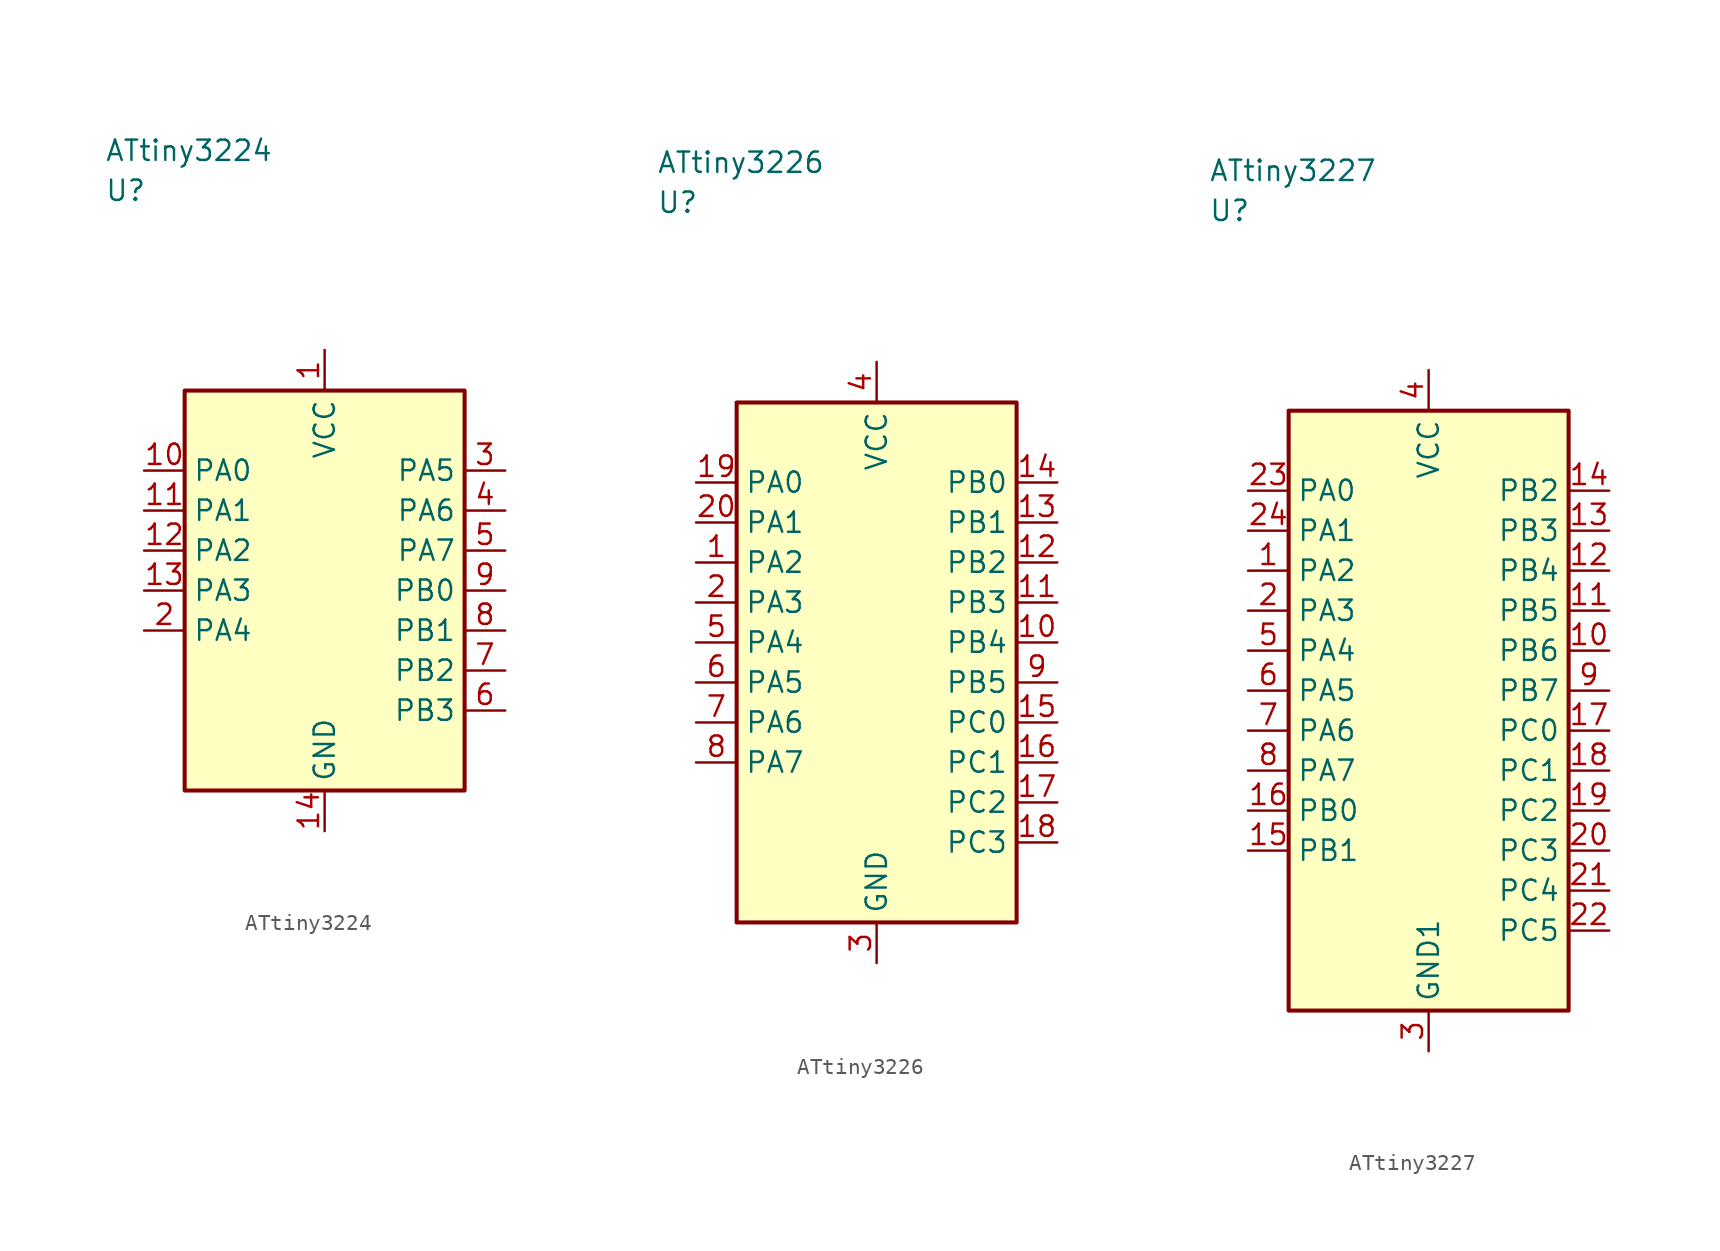
<source format=kicad_sym>
(kicad_symbol_lib
  (version 20241025)
  (generator "kicad_symbol_editor")
  (generator_version "8.0")
  (symbol "ATtiny3224"
    (property "Reference" "U"
      (at -13.75 25.0 0)
      (effects (font (size 1.27 1.27)) (justify left)))
    (property "Value" "ATtiny3224"
      (at -13.75 27.5 0)
      (effects (font (size 1.27 1.27)) (justify left)))
    (symbol "ATtiny3224_0_1"
      (rectangle (start -8.75 12.5) (end 8.75 -12.5) (stroke (width 0.254) (type default)) (fill (type background))))
    (symbol "ATtiny3224_1_1"
      (pin power_in line (at 0.0 15.04 270.0) (length 2.54) (name "VCC" (effects (font (size 1.27 1.27)))) (number "1" (effects (font (size 1.27 1.27)))))
      (pin bidirectional line (at -11.29 -2.5 0.0) (length 2.54) (name "PA4" (effects (font (size 1.27 1.27)))) (number "2" (effects (font (size 1.27 1.27)))))
      (pin bidirectional line (at 11.29 7.5 180.0) (length 2.54) (name "PA5" (effects (font (size 1.27 1.27)))) (number "3" (effects (font (size 1.27 1.27)))))
      (pin bidirectional line (at 11.29 5.0 180.0) (length 2.54) (name "PA6" (effects (font (size 1.27 1.27)))) (number "4" (effects (font (size 1.27 1.27)))))
      (pin bidirectional line (at 11.29 2.5 180.0) (length 2.54) (name "PA7" (effects (font (size 1.27 1.27)))) (number "5" (effects (font (size 1.27 1.27)))))
      (pin bidirectional line (at 11.29 -7.5 180.0) (length 2.54) (name "PB3" (effects (font (size 1.27 1.27)))) (number "6" (effects (font (size 1.27 1.27)))))
      (pin bidirectional line (at 11.29 -5.0 180.0) (length 2.54) (name "PB2" (effects (font (size 1.27 1.27)))) (number "7" (effects (font (size 1.27 1.27)))))
      (pin bidirectional line (at 11.29 -2.5 180.0) (length 2.54) (name "PB1" (effects (font (size 1.27 1.27)))) (number "8" (effects (font (size 1.27 1.27)))))
      (pin bidirectional line (at 11.29 0.0 180.0) (length 2.54) (name "PB0" (effects (font (size 1.27 1.27)))) (number "9" (effects (font (size 1.27 1.27)))))
      (pin bidirectional line (at -11.29 7.5 0.0) (length 2.54) (name "PA0" (effects (font (size 1.27 1.27)))) (number "10" (effects (font (size 1.27 1.27)))))
      (pin bidirectional line (at -11.29 5.0 0.0) (length 2.54) (name "PA1" (effects (font (size 1.27 1.27)))) (number "11" (effects (font (size 1.27 1.27)))))
      (pin bidirectional line (at -11.29 2.5 0.0) (length 2.54) (name "PA2" (effects (font (size 1.27 1.27)))) (number "12" (effects (font (size 1.27 1.27)))))
      (pin bidirectional line (at -11.29 0.0 0.0) (length 2.54) (name "PA3" (effects (font (size 1.27 1.27)))) (number "13" (effects (font (size 1.27 1.27)))))
      (pin passive line (at 0.0 -15.04 90.0) (length 2.54) (name "GND" (effects (font (size 1.27 1.27)))) (number "14" (effects (font (size 1.27 1.27)))))))
  (symbol "ATtiny3226"
    (property "Reference" "U"
      (at -13.75 28.75 0)
      (effects (font (size 1.27 1.27)) (justify left)))
    (property "Value" "ATtiny3226"
      (at -13.75 31.25 0)
      (effects (font (size 1.27 1.27)) (justify left)))
    (symbol "ATtiny3226_0_1"
      (rectangle (start -8.75 16.25) (end 8.75 -16.25) (stroke (width 0.254) (type default)) (fill (type background))))
    (symbol "ATtiny3226_1_1"
      (pin bidirectional line (at -11.29 6.25 0.0) (length 2.54) (name "PA2" (effects (font (size 1.27 1.27)))) (number "1" (effects (font (size 1.27 1.27)))))
      (pin bidirectional line (at -11.29 3.75 0.0) (length 2.54) (name "PA3" (effects (font (size 1.27 1.27)))) (number "2" (effects (font (size 1.27 1.27)))))
      (pin passive line (at 0.0 -18.79 90.0) (length 2.54) (name "GND" (effects (font (size 1.27 1.27)))) (number "3" (effects (font (size 1.27 1.27)))))
      (pin power_in line (at 0.0 18.79 270.0) (length 2.54) (name "VCC" (effects (font (size 1.27 1.27)))) (number "4" (effects (font (size 1.27 1.27)))))
      (pin bidirectional line (at -11.29 1.25 0.0) (length 2.54) (name "PA4" (effects (font (size 1.27 1.27)))) (number "5" (effects (font (size 1.27 1.27)))))
      (pin bidirectional line (at -11.29 -1.25 0.0) (length 2.54) (name "PA5" (effects (font (size 1.27 1.27)))) (number "6" (effects (font (size 1.27 1.27)))))
      (pin bidirectional line (at -11.29 -3.75 0.0) (length 2.54) (name "PA6" (effects (font (size 1.27 1.27)))) (number "7" (effects (font (size 1.27 1.27)))))
      (pin bidirectional line (at -11.29 -6.25 0.0) (length 2.54) (name "PA7" (effects (font (size 1.27 1.27)))) (number "8" (effects (font (size 1.27 1.27)))))
      (pin bidirectional line (at 11.29 -1.25 180.0) (length 2.54) (name "PB5" (effects (font (size 1.27 1.27)))) (number "9" (effects (font (size 1.27 1.27)))))
      (pin bidirectional line (at 11.29 1.25 180.0) (length 2.54) (name "PB4" (effects (font (size 1.27 1.27)))) (number "10" (effects (font (size 1.27 1.27)))))
      (pin bidirectional line (at 11.29 3.75 180.0) (length 2.54) (name "PB3" (effects (font (size 1.27 1.27)))) (number "11" (effects (font (size 1.27 1.27)))))
      (pin bidirectional line (at 11.29 6.25 180.0) (length 2.54) (name "PB2" (effects (font (size 1.27 1.27)))) (number "12" (effects (font (size 1.27 1.27)))))
      (pin bidirectional line (at 11.29 8.75 180.0) (length 2.54) (name "PB1" (effects (font (size 1.27 1.27)))) (number "13" (effects (font (size 1.27 1.27)))))
      (pin bidirectional line (at 11.29 11.25 180.0) (length 2.54) (name "PB0" (effects (font (size 1.27 1.27)))) (number "14" (effects (font (size 1.27 1.27)))))
      (pin bidirectional line (at 11.29 -3.75 180.0) (length 2.54) (name "PC0" (effects (font (size 1.27 1.27)))) (number "15" (effects (font (size 1.27 1.27)))))
      (pin bidirectional line (at 11.29 -6.25 180.0) (length 2.54) (name "PC1" (effects (font (size 1.27 1.27)))) (number "16" (effects (font (size 1.27 1.27)))))
      (pin bidirectional line (at 11.29 -8.75 180.0) (length 2.54) (name "PC2" (effects (font (size 1.27 1.27)))) (number "17" (effects (font (size 1.27 1.27)))))
      (pin bidirectional line (at 11.29 -11.25 180.0) (length 2.54) (name "PC3" (effects (font (size 1.27 1.27)))) (number "18" (effects (font (size 1.27 1.27)))))
      (pin bidirectional line (at -11.29 11.25 0.0) (length 2.54) (name "PA0" (effects (font (size 1.27 1.27)))) (number "19" (effects (font (size 1.27 1.27)))))
      (pin bidirectional line (at -11.29 8.75 0.0) (length 2.54) (name "PA1" (effects (font (size 1.27 1.27)))) (number "20" (effects (font (size 1.27 1.27)))))))
  (symbol "ATtiny3227"
    (property "Reference" "U"
      (at -13.75 31.25 0)
      (effects (font (size 1.27 1.27)) (justify left)))
    (property "Value" "ATtiny3227"
      (at -13.75 33.75 0)
      (effects (font (size 1.27 1.27)) (justify left)))
    (symbol "ATtiny3227_0_1"
      (rectangle (start -8.75 18.75) (end 8.75 -18.75) (stroke (width 0.254) (type default)) (fill (type background))))
    (symbol "ATtiny3227_1_1"
      (pin bidirectional line (at -11.29 8.75 0.0) (length 2.54) (name "PA2" (effects (font (size 1.27 1.27)))) (number "1" (effects (font (size 1.27 1.27)))))
      (pin bidirectional line (at -11.29 6.25 0.0) (length 2.54) (name "PA3" (effects (font (size 1.27 1.27)))) (number "2" (effects (font (size 1.27 1.27)))))
      (pin passive line (at 0.0 -21.29 90.0) (length 2.54) (name "GND1" (effects (font (size 1.27 1.27)))) (number "3" (effects (font (size 1.27 1.27)))))
      (pin power_in line (at 0.0 21.29 270.0) (length 2.54) (name "VCC" (effects (font (size 1.27 1.27)))) (number "4" (effects (font (size 1.27 1.27)))))
      (pin bidirectional line (at -11.29 3.75 0.0) (length 2.54) (name "PA4" (effects (font (size 1.27 1.27)))) (number "5" (effects (font (size 1.27 1.27)))))
      (pin bidirectional line (at -11.29 1.25 0.0) (length 2.54) (name "PA5" (effects (font (size 1.27 1.27)))) (number "6" (effects (font (size 1.27 1.27)))))
      (pin bidirectional line (at -11.29 -1.25 0.0) (length 2.54) (name "PA6" (effects (font (size 1.27 1.27)))) (number "7" (effects (font (size 1.27 1.27)))))
      (pin bidirectional line (at -11.29 -3.75 0.0) (length 2.54) (name "PA7" (effects (font (size 1.27 1.27)))) (number "8" (effects (font (size 1.27 1.27)))))
      (pin bidirectional line (at 11.29 1.25 180.0) (length 2.54) (name "PB7" (effects (font (size 1.27 1.27)))) (number "9" (effects (font (size 1.27 1.27)))))
      (pin bidirectional line (at 11.29 3.75 180.0) (length 2.54) (name "PB6" (effects (font (size 1.27 1.27)))) (number "10" (effects (font (size 1.27 1.27)))))
      (pin bidirectional line (at 11.29 6.25 180.0) (length 2.54) (name "PB5" (effects (font (size 1.27 1.27)))) (number "11" (effects (font (size 1.27 1.27)))))
      (pin bidirectional line (at 11.29 8.75 180.0) (length 2.54) (name "PB4" (effects (font (size 1.27 1.27)))) (number "12" (effects (font (size 1.27 1.27)))))
      (pin bidirectional line (at 11.29 11.25 180.0) (length 2.54) (name "PB3" (effects (font (size 1.27 1.27)))) (number "13" (effects (font (size 1.27 1.27)))))
      (pin bidirectional line (at 11.29 13.75 180.0) (length 2.54) (name "PB2" (effects (font (size 1.27 1.27)))) (number "14" (effects (font (size 1.27 1.27)))))
      (pin bidirectional line (at -11.29 -8.75 0.0) (length 2.54) (name "PB1" (effects (font (size 1.27 1.27)))) (number "15" (effects (font (size 1.27 1.27)))))
      (pin bidirectional line (at -11.29 -6.25 0.0) (length 2.54) (name "PB0" (effects (font (size 1.27 1.27)))) (number "16" (effects (font (size 1.27 1.27)))))
      (pin bidirectional line (at 11.29 -1.25 180.0) (length 2.54) (name "PC0" (effects (font (size 1.27 1.27)))) (number "17" (effects (font (size 1.27 1.27)))))
      (pin bidirectional line (at 11.29 -3.75 180.0) (length 2.54) (name "PC1" (effects (font (size 1.27 1.27)))) (number "18" (effects (font (size 1.27 1.27)))))
      (pin bidirectional line (at 11.29 -6.25 180.0) (length 2.54) (name "PC2" (effects (font (size 1.27 1.27)))) (number "19" (effects (font (size 1.27 1.27)))))
      (pin bidirectional line (at 11.29 -8.75 180.0) (length 2.54) (name "PC3" (effects (font (size 1.27 1.27)))) (number "20" (effects (font (size 1.27 1.27)))))
      (pin bidirectional line (at 11.29 -11.25 180.0) (length 2.54) (name "PC4" (effects (font (size 1.27 1.27)))) (number "21" (effects (font (size 1.27 1.27)))))
      (pin bidirectional line (at 11.29 -13.75 180.0) (length 2.54) (name "PC5" (effects (font (size 1.27 1.27)))) (number "22" (effects (font (size 1.27 1.27)))))
      (pin bidirectional line (at -11.29 13.75 0.0) (length 2.54) (name "PA0" (effects (font (size 1.27 1.27)))) (number "23" (effects (font (size 1.27 1.27)))))
      (pin bidirectional line (at -11.29 11.25 0.0) (length 2.54) (name "PA1" (effects (font (size 1.27 1.27)))) (number "24" (effects (font (size 1.27 1.27))))))))
</source>
